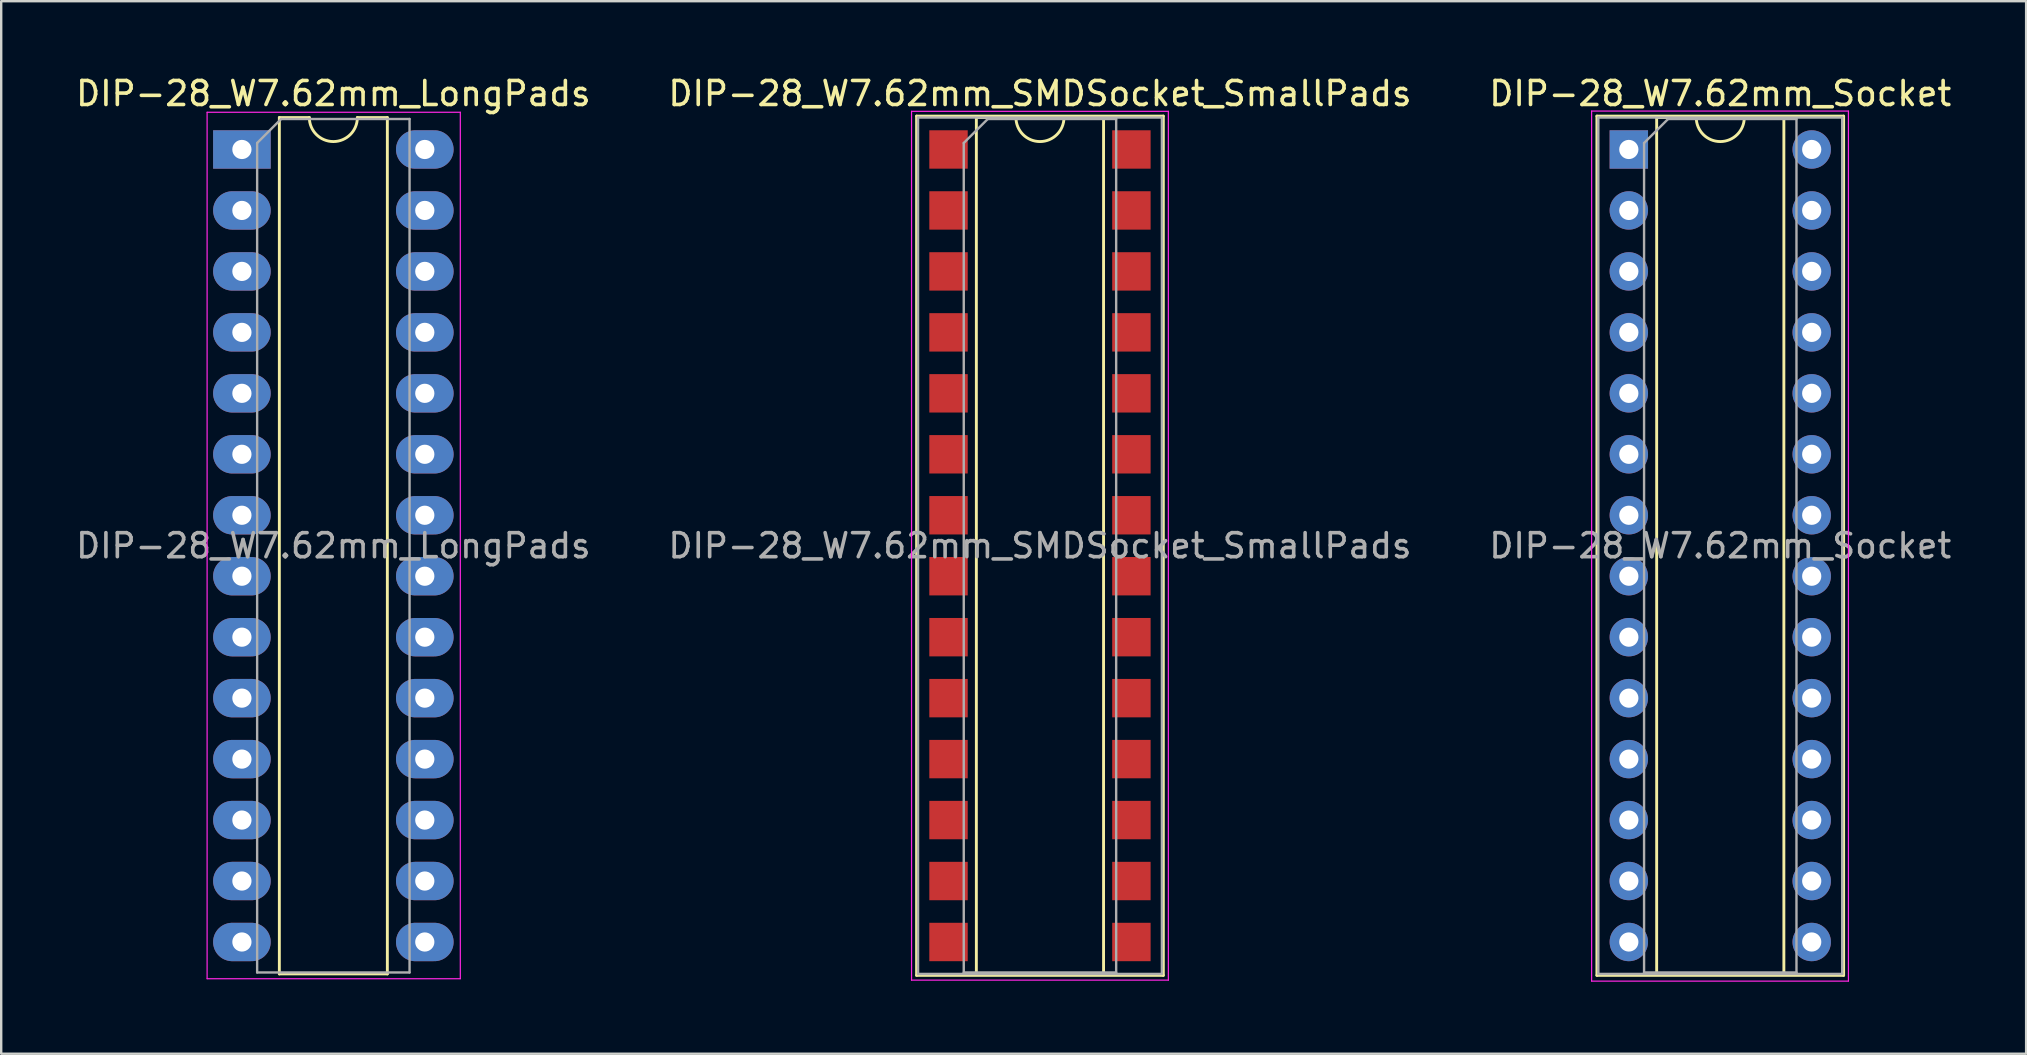
<source format=kicad_pcb>
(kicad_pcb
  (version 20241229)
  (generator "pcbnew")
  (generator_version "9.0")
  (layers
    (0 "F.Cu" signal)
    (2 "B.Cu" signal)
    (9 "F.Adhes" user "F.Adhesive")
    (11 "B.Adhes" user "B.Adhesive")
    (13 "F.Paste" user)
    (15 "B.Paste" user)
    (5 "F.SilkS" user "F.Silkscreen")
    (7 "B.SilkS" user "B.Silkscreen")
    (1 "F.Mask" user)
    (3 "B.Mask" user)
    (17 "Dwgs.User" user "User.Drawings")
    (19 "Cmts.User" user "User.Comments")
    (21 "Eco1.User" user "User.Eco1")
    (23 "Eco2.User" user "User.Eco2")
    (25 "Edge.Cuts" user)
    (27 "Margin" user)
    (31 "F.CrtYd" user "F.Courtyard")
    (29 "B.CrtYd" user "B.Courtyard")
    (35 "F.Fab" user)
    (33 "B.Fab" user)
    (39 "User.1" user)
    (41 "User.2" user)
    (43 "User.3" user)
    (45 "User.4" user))
  (footprint "DIP-28_W7.62mm_Socket"
    (layer "F.Cu")
    (at 64.815 3.178)
    (property "Reference" "DIP-28_W7.62mm_Socket" (at 3.81 -2.33 0) (layer "F.SilkS") (effects (font (size 1 1) (thickness 0.15))))
    (attr through_hole)
    (fp_line (start -1.33 -1.39) (end -1.33 34.41) (stroke (width 0.12) (type solid)) (layer "F.SilkS"))
    (fp_line (start -1.33 34.41) (end 8.95 34.41) (stroke (width 0.12) (type solid)) (layer "F.SilkS"))
    (fp_line (start 1.16 -1.33) (end 1.16 34.35) (stroke (width 0.12) (type solid)) (layer "F.SilkS"))
    (fp_line (start 1.16 34.35) (end 6.46 34.35) (stroke (width 0.12) (type solid)) (layer "F.SilkS"))
    (fp_line (start 2.81 -1.33) (end 1.16 -1.33) (stroke (width 0.12) (type solid)) (layer "F.SilkS"))
    (fp_line (start 6.46 -1.33) (end 4.81 -1.33) (stroke (width 0.12) (type solid)) (layer "F.SilkS"))
    (fp_line (start 6.46 34.35) (end 6.46 -1.33) (stroke (width 0.12) (type solid)) (layer "F.SilkS"))
    (fp_line (start 8.95 -1.39) (end -1.33 -1.39) (stroke (width 0.12) (type solid)) (layer "F.SilkS"))
    (fp_line (start 8.95 34.41) (end 8.95 -1.39) (stroke (width 0.12) (type solid)) (layer "F.SilkS"))
    (fp_arc (start 4.81 -1.33) (mid 3.81 -0.33) (end 2.81 -1.33) (stroke (width 0.12) (type solid)) (layer "F.SilkS"))
    (fp_line (start -1.55 -1.6) (end -1.55 34.65) (stroke (width 0.05) (type solid)) (layer "F.CrtYd"))
    (fp_line (start -1.55 34.65) (end 9.15 34.65) (stroke (width 0.05) (type solid)) (layer "F.CrtYd"))
    (fp_line (start 9.15 -1.6) (end -1.55 -1.6) (stroke (width 0.05) (type solid)) (layer "F.CrtYd"))
    (fp_line (start 9.15 34.65) (end 9.15 -1.6) (stroke (width 0.05) (type solid)) (layer "F.CrtYd"))
    (fp_line (start -1.27 -1.33) (end -1.27 34.35) (stroke (width 0.1) (type solid)) (layer "F.Fab"))
    (fp_line (start -1.27 34.35) (end 8.89 34.35) (stroke (width 0.1) (type solid)) (layer "F.Fab"))
    (fp_line (start 0.635 -0.27) (end 1.635 -1.27) (stroke (width 0.1) (type solid)) (layer "F.Fab"))
    (fp_line (start 0.635 34.29) (end 0.635 -0.27) (stroke (width 0.1) (type solid)) (layer "F.Fab"))
    (fp_line (start 1.635 -1.27) (end 6.985 -1.27) (stroke (width 0.1) (type solid)) (layer "F.Fab"))
    (fp_line (start 6.985 -1.27) (end 6.985 34.29) (stroke (width 0.1) (type solid)) (layer "F.Fab"))
    (fp_line (start 6.985 34.29) (end 0.635 34.29) (stroke (width 0.1) (type solid)) (layer "F.Fab"))
    (fp_line (start 8.89 -1.33) (end -1.27 -1.33) (stroke (width 0.1) (type solid)) (layer "F.Fab"))
    (fp_line (start 8.89 34.35) (end 8.89 -1.33) (stroke (width 0.1) (type solid)) (layer "F.Fab"))
    (fp_text user "${REFERENCE}" (at 3.81 16.51 0) (layer "F.Fab") (effects (font (size 1 1) (thickness 0.15))))
    (pad "1" thru_hole rect (at 0 0) (size 1.6 1.6) (drill 0.8) (layers "*.Cu" "*.Mask"))
    (pad "2" thru_hole oval (at 0 2.54) (size 1.6 1.6) (drill 0.8) (layers "*.Cu" "*.Mask"))
    (pad "3" thru_hole oval (at 0 5.08) (size 1.6 1.6) (drill 0.8) (layers "*.Cu" "*.Mask"))
    (pad "4" thru_hole oval (at 0 7.62) (size 1.6 1.6) (drill 0.8) (layers "*.Cu" "*.Mask"))
    (pad "5" thru_hole oval (at 0 10.16) (size 1.6 1.6) (drill 0.8) (layers "*.Cu" "*.Mask"))
    (pad "6" thru_hole oval (at 0 12.7) (size 1.6 1.6) (drill 0.8) (layers "*.Cu" "*.Mask"))
    (pad "7" thru_hole oval (at 0 15.24) (size 1.6 1.6) (drill 0.8) (layers "*.Cu" "*.Mask"))
    (pad "8" thru_hole oval (at 0 17.78) (size 1.6 1.6) (drill 0.8) (layers "*.Cu" "*.Mask"))
    (pad "9" thru_hole oval (at 0 20.32) (size 1.6 1.6) (drill 0.8) (layers "*.Cu" "*.Mask"))
    (pad "10" thru_hole oval (at 0 22.86) (size 1.6 1.6) (drill 0.8) (layers "*.Cu" "*.Mask"))
    (pad "11" thru_hole oval (at 0 25.4) (size 1.6 1.6) (drill 0.8) (layers "*.Cu" "*.Mask"))
    (pad "12" thru_hole oval (at 0 27.94) (size 1.6 1.6) (drill 0.8) (layers "*.Cu" "*.Mask"))
    (pad "13" thru_hole oval (at 0 30.48) (size 1.6 1.6) (drill 0.8) (layers "*.Cu" "*.Mask"))
    (pad "14" thru_hole oval (at 0 33.02) (size 1.6 1.6) (drill 0.8) (layers "*.Cu" "*.Mask"))
    (pad "15" thru_hole oval (at 7.62 33.02) (size 1.6 1.6) (drill 0.8) (layers "*.Cu" "*.Mask"))
    (pad "16" thru_hole oval (at 7.62 30.48) (size 1.6 1.6) (drill 0.8) (layers "*.Cu" "*.Mask"))
    (pad "17" thru_hole oval (at 7.62 27.94) (size 1.6 1.6) (drill 0.8) (layers "*.Cu" "*.Mask"))
    (pad "18" thru_hole oval (at 7.62 25.4) (size 1.6 1.6) (drill 0.8) (layers "*.Cu" "*.Mask"))
    (pad "19" thru_hole oval (at 7.62 22.86) (size 1.6 1.6) (drill 0.8) (layers "*.Cu" "*.Mask"))
    (pad "20" thru_hole oval (at 7.62 20.32) (size 1.6 1.6) (drill 0.8) (layers "*.Cu" "*.Mask"))
    (pad "21" thru_hole oval (at 7.62 17.78) (size 1.6 1.6) (drill 0.8) (layers "*.Cu" "*.Mask"))
    (pad "22" thru_hole oval (at 7.62 15.24) (size 1.6 1.6) (drill 0.8) (layers "*.Cu" "*.Mask"))
    (pad "23" thru_hole oval (at 7.62 12.7) (size 1.6 1.6) (drill 0.8) (layers "*.Cu" "*.Mask"))
    (pad "24" thru_hole oval (at 7.62 10.16) (size 1.6 1.6) (drill 0.8) (layers "*.Cu" "*.Mask"))
    (pad "25" thru_hole oval (at 7.62 7.62) (size 1.6 1.6) (drill 0.8) (layers "*.Cu" "*.Mask"))
    (pad "26" thru_hole oval (at 7.62 5.08) (size 1.6 1.6) (drill 0.8) (layers "*.Cu" "*.Mask"))
    (pad "27" thru_hole oval (at 7.62 2.54) (size 1.6 1.6) (drill 0.8) (layers "*.Cu" "*.Mask"))
    (pad "28" thru_hole oval (at 7.62 0) (size 1.6 1.6) (drill 0.8) (layers "*.Cu" "*.Mask")))
  (footprint "DIP-28_W7.62mm_LongPads"
    (layer "F.Cu")
    (at 7.029 3.178)
    (property "Reference" "DIP-28_W7.62mm_LongPads" (at 3.81 -2.33 0) (layer "F.SilkS") (effects (font (size 1 1) (thickness 0.15))))
    (attr through_hole)
    (fp_line (start 1.56 -1.33) (end 1.56 34.35) (stroke (width 0.12) (type solid)) (layer "F.SilkS"))
    (fp_line (start 1.56 34.35) (end 6.06 34.35) (stroke (width 0.12) (type solid)) (layer "F.SilkS"))
    (fp_line (start 2.81 -1.33) (end 1.56 -1.33) (stroke (width 0.12) (type solid)) (layer "F.SilkS"))
    (fp_line (start 6.06 -1.33) (end 4.81 -1.33) (stroke (width 0.12) (type solid)) (layer "F.SilkS"))
    (fp_line (start 6.06 34.35) (end 6.06 -1.33) (stroke (width 0.12) (type solid)) (layer "F.SilkS"))
    (fp_arc (start 4.81 -1.33) (mid 3.81 -0.33) (end 2.81 -1.33) (stroke (width 0.12) (type solid)) (layer "F.SilkS"))
    (fp_line (start -1.45 -1.55) (end -1.45 34.55) (stroke (width 0.05) (type solid)) (layer "F.CrtYd"))
    (fp_line (start -1.45 34.55) (end 9.1 34.55) (stroke (width 0.05) (type solid)) (layer "F.CrtYd"))
    (fp_line (start 9.1 -1.55) (end -1.45 -1.55) (stroke (width 0.05) (type solid)) (layer "F.CrtYd"))
    (fp_line (start 9.1 34.55) (end 9.1 -1.55) (stroke (width 0.05) (type solid)) (layer "F.CrtYd"))
    (fp_line (start 0.635 -0.27) (end 1.635 -1.27) (stroke (width 0.1) (type solid)) (layer "F.Fab"))
    (fp_line (start 0.635 34.29) (end 0.635 -0.27) (stroke (width 0.1) (type solid)) (layer "F.Fab"))
    (fp_line (start 1.635 -1.27) (end 6.985 -1.27) (stroke (width 0.1) (type solid)) (layer "F.Fab"))
    (fp_line (start 6.985 -1.27) (end 6.985 34.29) (stroke (width 0.1) (type solid)) (layer "F.Fab"))
    (fp_line (start 6.985 34.29) (end 0.635 34.29) (stroke (width 0.1) (type solid)) (layer "F.Fab"))
    (fp_text user "${REFERENCE}" (at 3.81 16.51 0) (layer "F.Fab") (effects (font (size 1 1) (thickness 0.15))))
    (pad "1" thru_hole rect (at 0 0) (size 2.4 1.6) (drill 0.8) (layers "*.Cu" "*.Mask"))
    (pad "2" thru_hole oval (at 0 2.54) (size 2.4 1.6) (drill 0.8) (layers "*.Cu" "*.Mask"))
    (pad "3" thru_hole oval (at 0 5.08) (size 2.4 1.6) (drill 0.8) (layers "*.Cu" "*.Mask"))
    (pad "4" thru_hole oval (at 0 7.62) (size 2.4 1.6) (drill 0.8) (layers "*.Cu" "*.Mask"))
    (pad "5" thru_hole oval (at 0 10.16) (size 2.4 1.6) (drill 0.8) (layers "*.Cu" "*.Mask"))
    (pad "6" thru_hole oval (at 0 12.7) (size 2.4 1.6) (drill 0.8) (layers "*.Cu" "*.Mask"))
    (pad "7" thru_hole oval (at 0 15.24) (size 2.4 1.6) (drill 0.8) (layers "*.Cu" "*.Mask"))
    (pad "8" thru_hole oval (at 0 17.78) (size 2.4 1.6) (drill 0.8) (layers "*.Cu" "*.Mask"))
    (pad "9" thru_hole oval (at 0 20.32) (size 2.4 1.6) (drill 0.8) (layers "*.Cu" "*.Mask"))
    (pad "10" thru_hole oval (at 0 22.86) (size 2.4 1.6) (drill 0.8) (layers "*.Cu" "*.Mask"))
    (pad "11" thru_hole oval (at 0 25.4) (size 2.4 1.6) (drill 0.8) (layers "*.Cu" "*.Mask"))
    (pad "12" thru_hole oval (at 0 27.94) (size 2.4 1.6) (drill 0.8) (layers "*.Cu" "*.Mask"))
    (pad "13" thru_hole oval (at 0 30.48) (size 2.4 1.6) (drill 0.8) (layers "*.Cu" "*.Mask"))
    (pad "14" thru_hole oval (at 0 33.02) (size 2.4 1.6) (drill 0.8) (layers "*.Cu" "*.Mask"))
    (pad "15" thru_hole oval (at 7.62 33.02) (size 2.4 1.6) (drill 0.8) (layers "*.Cu" "*.Mask"))
    (pad "16" thru_hole oval (at 7.62 30.48) (size 2.4 1.6) (drill 0.8) (layers "*.Cu" "*.Mask"))
    (pad "17" thru_hole oval (at 7.62 27.94) (size 2.4 1.6) (drill 0.8) (layers "*.Cu" "*.Mask"))
    (pad "18" thru_hole oval (at 7.62 25.4) (size 2.4 1.6) (drill 0.8) (layers "*.Cu" "*.Mask"))
    (pad "19" thru_hole oval (at 7.62 22.86) (size 2.4 1.6) (drill 0.8) (layers "*.Cu" "*.Mask"))
    (pad "20" thru_hole oval (at 7.62 20.32) (size 2.4 1.6) (drill 0.8) (layers "*.Cu" "*.Mask"))
    (pad "21" thru_hole oval (at 7.62 17.78) (size 2.4 1.6) (drill 0.8) (layers "*.Cu" "*.Mask"))
    (pad "22" thru_hole oval (at 7.62 15.24) (size 2.4 1.6) (drill 0.8) (layers "*.Cu" "*.Mask"))
    (pad "23" thru_hole oval (at 7.62 12.7) (size 2.4 1.6) (drill 0.8) (layers "*.Cu" "*.Mask"))
    (pad "24" thru_hole oval (at 7.62 10.16) (size 2.4 1.6) (drill 0.8) (layers "*.Cu" "*.Mask"))
    (pad "25" thru_hole oval (at 7.62 7.62) (size 2.4 1.6) (drill 0.8) (layers "*.Cu" "*.Mask"))
    (pad "26" thru_hole oval (at 7.62 5.08) (size 2.4 1.6) (drill 0.8) (layers "*.Cu" "*.Mask"))
    (pad "27" thru_hole oval (at 7.62 2.54) (size 2.4 1.6) (drill 0.8) (layers "*.Cu" "*.Mask"))
    (pad "28" thru_hole oval (at 7.62 0) (size 2.4 1.6) (drill 0.8) (layers "*.Cu" "*.Mask")))
  (footprint "DIP-28_W7.62mm_SMDSocket_SmallPads"
    (layer "F.Cu")
    (at 40.28 19.688)
    (property "Reference" "DIP-28_W7.62mm_SMDSocket_SmallPads" (at 0 -18.84 0) (layer "F.SilkS") (effects (font (size 1 1) (thickness 0.15))))
    (attr smd)
    (fp_line (start -5.14 -17.9) (end -5.14 17.9) (stroke (width 0.12) (type solid)) (layer "F.SilkS"))
    (fp_line (start -5.14 17.9) (end 5.14 17.9) (stroke (width 0.12) (type solid)) (layer "F.SilkS"))
    (fp_line (start -2.65 -17.84) (end -2.65 17.84) (stroke (width 0.12) (type solid)) (layer "F.SilkS"))
    (fp_line (start -2.65 17.84) (end 2.65 17.84) (stroke (width 0.12) (type solid)) (layer "F.SilkS"))
    (fp_line (start -1 -17.84) (end -2.65 -17.84) (stroke (width 0.12) (type solid)) (layer "F.SilkS"))
    (fp_line (start 2.65 -17.84) (end 1 -17.84) (stroke (width 0.12) (type solid)) (layer "F.SilkS"))
    (fp_line (start 2.65 17.84) (end 2.65 -17.84) (stroke (width 0.12) (type solid)) (layer "F.SilkS"))
    (fp_line (start 5.14 -17.9) (end -5.14 -17.9) (stroke (width 0.12) (type solid)) (layer "F.SilkS"))
    (fp_line (start 5.14 17.9) (end 5.14 -17.9) (stroke (width 0.12) (type solid)) (layer "F.SilkS"))
    (fp_arc (start 1 -17.84) (mid 0 -16.84) (end -1 -17.84) (stroke (width 0.12) (type solid)) (layer "F.SilkS"))
    (fp_line (start -5.35 -18.1) (end -5.35 18.1) (stroke (width 0.05) (type solid)) (layer "F.CrtYd"))
    (fp_line (start -5.35 18.1) (end 5.35 18.1) (stroke (width 0.05) (type solid)) (layer "F.CrtYd"))
    (fp_line (start 5.35 -18.1) (end -5.35 -18.1) (stroke (width 0.05) (type solid)) (layer "F.CrtYd"))
    (fp_line (start 5.35 18.1) (end 5.35 -18.1) (stroke (width 0.05) (type solid)) (layer "F.CrtYd"))
    (fp_line (start -5.08 -17.84) (end -5.08 17.84) (stroke (width 0.1) (type solid)) (layer "F.Fab"))
    (fp_line (start -5.08 17.84) (end 5.08 17.84) (stroke (width 0.1) (type solid)) (layer "F.Fab"))
    (fp_line (start -3.175 -16.78) (end -2.175 -17.78) (stroke (width 0.1) (type solid)) (layer "F.Fab"))
    (fp_line (start -3.175 17.78) (end -3.175 -16.78) (stroke (width 0.1) (type solid)) (layer "F.Fab"))
    (fp_line (start -2.175 -17.78) (end 3.175 -17.78) (stroke (width 0.1) (type solid)) (layer "F.Fab"))
    (fp_line (start 3.175 -17.78) (end 3.175 17.78) (stroke (width 0.1) (type solid)) (layer "F.Fab"))
    (fp_line (start 3.175 17.78) (end -3.175 17.78) (stroke (width 0.1) (type solid)) (layer "F.Fab"))
    (fp_line (start 5.08 -17.84) (end -5.08 -17.84) (stroke (width 0.1) (type solid)) (layer "F.Fab"))
    (fp_line (start 5.08 17.84) (end 5.08 -17.84) (stroke (width 0.1) (type solid)) (layer "F.Fab"))
    (fp_text user "${REFERENCE}" (at 0 0 0) (layer "F.Fab") (effects (font (size 1 1) (thickness 0.15))))
    (pad "1" smd rect (at -3.81 -16.51) (size 1.6 1.6) (layers "F.Cu" "F.Mask" "F.Paste"))
    (pad "2" smd rect (at -3.81 -13.97) (size 1.6 1.6) (layers "F.Cu" "F.Mask" "F.Paste"))
    (pad "3" smd rect (at -3.81 -11.43) (size 1.6 1.6) (layers "F.Cu" "F.Mask" "F.Paste"))
    (pad "4" smd rect (at -3.81 -8.89) (size 1.6 1.6) (layers "F.Cu" "F.Mask" "F.Paste"))
    (pad "5" smd rect (at -3.81 -6.35) (size 1.6 1.6) (layers "F.Cu" "F.Mask" "F.Paste"))
    (pad "6" smd rect (at -3.81 -3.81) (size 1.6 1.6) (layers "F.Cu" "F.Mask" "F.Paste"))
    (pad "7" smd rect (at -3.81 -1.27) (size 1.6 1.6) (layers "F.Cu" "F.Mask" "F.Paste"))
    (pad "8" smd rect (at -3.81 1.27) (size 1.6 1.6) (layers "F.Cu" "F.Mask" "F.Paste"))
    (pad "9" smd rect (at -3.81 3.81) (size 1.6 1.6) (layers "F.Cu" "F.Mask" "F.Paste"))
    (pad "10" smd rect (at -3.81 6.35) (size 1.6 1.6) (layers "F.Cu" "F.Mask" "F.Paste"))
    (pad "11" smd rect (at -3.81 8.89) (size 1.6 1.6) (layers "F.Cu" "F.Mask" "F.Paste"))
    (pad "12" smd rect (at -3.81 11.43) (size 1.6 1.6) (layers "F.Cu" "F.Mask" "F.Paste"))
    (pad "13" smd rect (at -3.81 13.97) (size 1.6 1.6) (layers "F.Cu" "F.Mask" "F.Paste"))
    (pad "14" smd rect (at -3.81 16.51) (size 1.6 1.6) (layers "F.Cu" "F.Mask" "F.Paste"))
    (pad "15" smd rect (at 3.81 16.51) (size 1.6 1.6) (layers "F.Cu" "F.Mask" "F.Paste"))
    (pad "16" smd rect (at 3.81 13.97) (size 1.6 1.6) (layers "F.Cu" "F.Mask" "F.Paste"))
    (pad "17" smd rect (at 3.81 11.43) (size 1.6 1.6) (layers "F.Cu" "F.Mask" "F.Paste"))
    (pad "18" smd rect (at 3.81 8.89) (size 1.6 1.6) (layers "F.Cu" "F.Mask" "F.Paste"))
    (pad "19" smd rect (at 3.81 6.35) (size 1.6 1.6) (layers "F.Cu" "F.Mask" "F.Paste"))
    (pad "20" smd rect (at 3.81 3.81) (size 1.6 1.6) (layers "F.Cu" "F.Mask" "F.Paste"))
    (pad "21" smd rect (at 3.81 1.27) (size 1.6 1.6) (layers "F.Cu" "F.Mask" "F.Paste"))
    (pad "22" smd rect (at 3.81 -1.27) (size 1.6 1.6) (layers "F.Cu" "F.Mask" "F.Paste"))
    (pad "23" smd rect (at 3.81 -3.81) (size 1.6 1.6) (layers "F.Cu" "F.Mask" "F.Paste"))
    (pad "24" smd rect (at 3.81 -6.35) (size 1.6 1.6) (layers "F.Cu" "F.Mask" "F.Paste"))
    (pad "25" smd rect (at 3.81 -8.89) (size 1.6 1.6) (layers "F.Cu" "F.Mask" "F.Paste"))
    (pad "26" smd rect (at 3.81 -11.43) (size 1.6 1.6) (layers "F.Cu" "F.Mask" "F.Paste"))
    (pad "27" smd rect (at 3.81 -13.97) (size 1.6 1.6) (layers "F.Cu" "F.Mask" "F.Paste"))
    (pad "28" smd rect (at 3.81 -16.51) (size 1.6 1.6) (layers "F.Cu" "F.Mask" "F.Paste")))
  (gr_rect
    (start -3 -3)
    (end 81.369 40.853)
    (stroke (width 0.1) (type default))
    (fill no)
    (layer "Edge.Cuts")))
</source>
